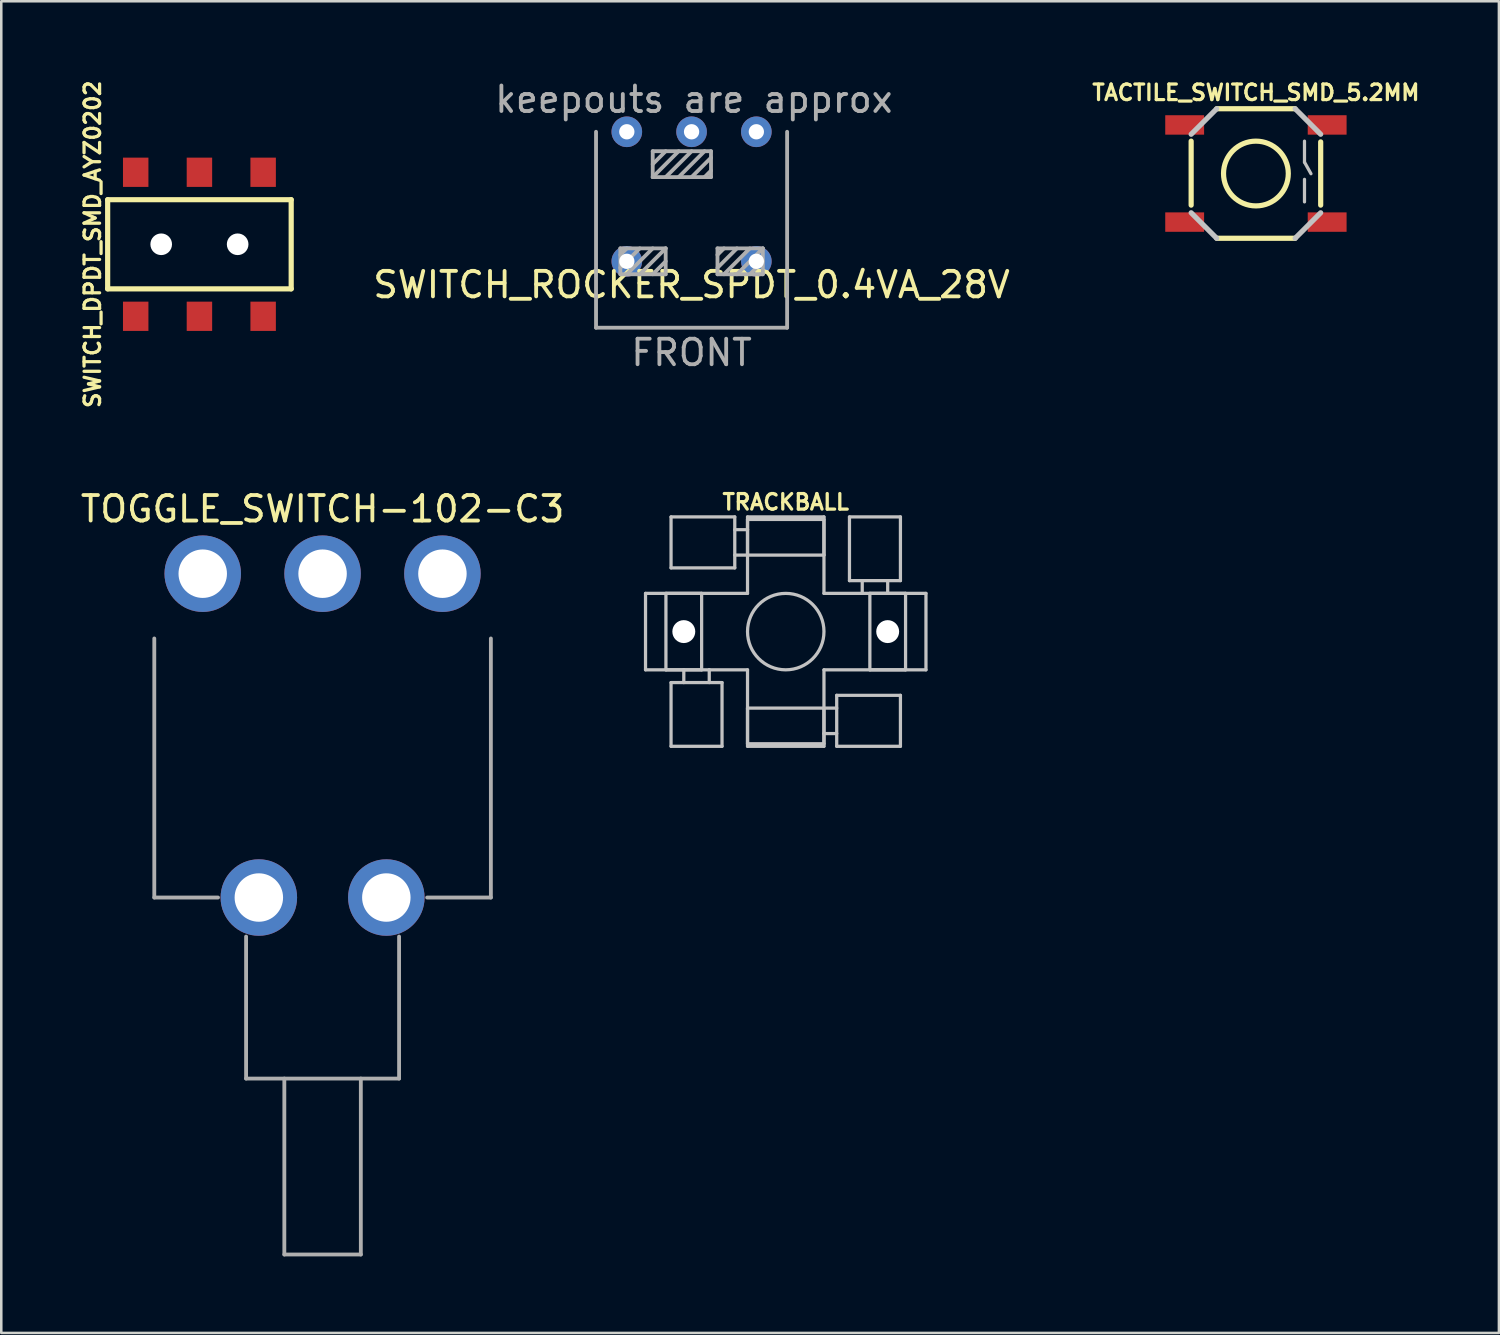
<source format=kicad_pcb>
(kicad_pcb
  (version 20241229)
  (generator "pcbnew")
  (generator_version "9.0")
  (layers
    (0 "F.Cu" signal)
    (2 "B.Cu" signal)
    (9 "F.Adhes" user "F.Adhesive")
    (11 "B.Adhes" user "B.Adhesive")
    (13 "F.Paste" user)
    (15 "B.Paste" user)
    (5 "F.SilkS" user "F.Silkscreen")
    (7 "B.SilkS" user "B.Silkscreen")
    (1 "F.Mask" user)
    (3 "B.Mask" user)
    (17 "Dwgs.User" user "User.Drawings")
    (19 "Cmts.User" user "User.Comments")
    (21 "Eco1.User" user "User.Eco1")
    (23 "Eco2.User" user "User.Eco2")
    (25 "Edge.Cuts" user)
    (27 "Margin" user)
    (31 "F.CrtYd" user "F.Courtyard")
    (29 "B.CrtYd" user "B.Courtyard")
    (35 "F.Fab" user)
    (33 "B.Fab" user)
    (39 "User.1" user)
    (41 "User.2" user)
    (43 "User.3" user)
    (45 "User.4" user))
  (footprint "SWITCH_DPDT_SMD_AYZ0202"
    (layer "F.Cu")
    (at 4.771 6.53)
    (property "Reference" "SWITCH_DPDT_SMD_AYZ0202" (at -4.191 0 90) (layer "F.SilkS") (effects (font (size 0.61 0.61) (thickness 0.127))))
    (attr smd)
    (fp_line (start -3.599 -1.748) (end -3.599 1.748) (stroke (width 0.203) (type solid)) (layer "F.SilkS"))
    (fp_line (start -3.599 1.748) (end 3.599 1.748) (stroke (width 0.203) (type solid)) (layer "F.SilkS"))
    (fp_line (start 3.599 -1.748) (end -3.599 -1.748) (stroke (width 0.203) (type solid)) (layer "F.SilkS"))
    (fp_line (start 3.599 1.748) (end 3.599 -1.748) (stroke (width 0.203) (type solid)) (layer "F.SilkS"))
    (pad "" np_thru_hole circle (at -1.499 0) (size 0.848 0.848) (drill 0.848) (layers "*.Cu" "*.Mask"))
    (pad "" np_thru_hole circle (at 1.499 0) (size 0.848 0.848) (drill 0.848) (layers "*.Cu" "*.Mask"))
    (pad "1" smd rect (at -2.499 -2.824) (size 0.998 1.148) (layers "F.Cu" "F.Mask" "F.Paste"))
    (pad "2" smd rect (at 0 -2.824) (size 0.998 1.148) (layers "F.Cu" "F.Mask" "F.Paste"))
    (pad "3" smd rect (at 2.499 -2.824) (size 0.998 1.148) (layers "F.Cu" "F.Mask" "F.Paste"))
    (pad "4" smd rect (at -2.499 2.824) (size 0.998 1.148) (layers "F.Cu" "F.Mask" "F.Paste"))
    (pad "5" smd rect (at 0 2.824) (size 0.998 1.148) (layers "F.Cu" "F.Mask" "F.Paste"))
    (pad "6" smd rect (at 2.499 2.824) (size 0.998 1.148) (layers "F.Cu" "F.Mask" "F.Paste")))
  (footprint "TACTILE_SWITCH_SMD_5.2MM"
    (layer "F.Cu")
    (at 46.204 3.755)
    (property "Reference" "TACTILE_SWITCH_SMD_5.2MM" (at 0 -3.175 0) (layer "F.SilkS") (effects (font (size 0.61 0.61) (thickness 0.127))))
    (attr smd)
    (fp_line (start -2.54 1.24) (end -2.54 -1.27) (stroke (width 0.203) (type solid)) (layer "F.SilkS"))
    (fp_line (start -1.539 -2.54) (end 1.539 -2.54) (stroke (width 0.203) (type solid)) (layer "F.SilkS"))
    (fp_line (start 1.539 2.54) (end -1.539 2.54) (stroke (width 0.203) (type solid)) (layer "F.SilkS"))
    (fp_line (start 2.54 -1.24) (end 2.54 1.24) (stroke (width 0.203) (type solid)) (layer "F.SilkS"))
    (fp_circle (center 0 0) (end 0 -1.27) (stroke (width 0.203) (type solid)) (fill no) (layer "F.SilkS"))
    (fp_line (start -2.54 -1.539) (end -1.539 -2.54) (stroke (width 0.203) (type solid)) (layer "Dwgs.User"))
    (fp_line (start -1.539 2.54) (end -2.54 1.539) (stroke (width 0.203) (type solid)) (layer "Dwgs.User"))
    (fp_line (start 1.539 -2.54) (end 2.54 -1.539) (stroke (width 0.203) (type solid)) (layer "Dwgs.User"))
    (fp_line (start 1.905 -1.27) (end 1.905 -0.445) (stroke (width 0.127) (type solid)) (layer "Dwgs.User"))
    (fp_line (start 1.905 -0.445) (end 2.159 0.008) (stroke (width 0.127) (type solid)) (layer "Dwgs.User"))
    (fp_line (start 1.905 0.229) (end 1.905 1.113) (stroke (width 0.127) (type solid)) (layer "Dwgs.User"))
    (fp_line (start 2.54 1.539) (end 1.539 2.54) (stroke (width 0.203) (type solid)) (layer "Dwgs.User"))
    (pad "1" smd rect (at -2.794 -1.905 90) (size 0.762 1.524) (layers "F.Cu" "F.Mask" "F.Paste"))
    (pad "2" smd rect (at 2.794 -1.905 90) (size 0.762 1.524) (layers "F.Cu" "F.Mask" "F.Paste"))
    (pad "3" smd rect (at -2.794 1.905 90) (size 0.762 1.524) (layers "F.Cu" "F.Mask" "F.Paste"))
    (pad "4" smd rect (at 2.794 1.905 90) (size 0.762 1.524) (layers "F.Cu" "F.Mask" "F.Paste")))
  (footprint "TRACKBALL"
    (layer "F.Cu")
    (at 27.765 21.72)
    (property "Reference" "TRACKBALL" (at 0 -5.08 0) (layer "F.SilkS") (effects (font (size 0.61 0.61) (thickness 0.127))))
    (attr exclude_from_pos_files exclude_from_bom)
    (fp_line (start -5.499 -1.499) (end -5.499 1.499) (stroke (width 0.127) (type solid)) (layer "Dwgs.User"))
    (fp_line (start -5.499 1.499) (end -3.998 1.499) (stroke (width 0.127) (type solid)) (layer "Dwgs.User"))
    (fp_line (start -4.699 -1.499) (end -3.299 -1.499) (stroke (width 0.127) (type solid)) (layer "Dwgs.User"))
    (fp_line (start -4.699 1.499) (end -4.699 -1.499) (stroke (width 0.127) (type solid)) (layer "Dwgs.User"))
    (fp_line (start -4.498 -4.498) (end -1.999 -4.498) (stroke (width 0.066) (type solid)) (layer "Dwgs.User"))
    (fp_line (start -4.498 -4.498) (end -1.999 -4.498) (stroke (width 0.127) (type solid)) (layer "Dwgs.User"))
    (fp_line (start -4.498 -2.499) (end -4.498 -4.498) (stroke (width 0.066) (type solid)) (layer "Dwgs.User"))
    (fp_line (start -4.498 -2.499) (end -4.498 -4.498) (stroke (width 0.127) (type solid)) (layer "Dwgs.User"))
    (fp_line (start -4.498 -2.499) (end -1.999 -2.499) (stroke (width 0.066) (type solid)) (layer "Dwgs.User"))
    (fp_line (start -4.498 1.999) (end -2.499 1.999) (stroke (width 0.066) (type solid)) (layer "Dwgs.User"))
    (fp_line (start -4.498 1.999) (end -2.499 1.999) (stroke (width 0.127) (type solid)) (layer "Dwgs.User"))
    (fp_line (start -4.498 4.498) (end -4.498 1.999) (stroke (width 0.066) (type solid)) (layer "Dwgs.User"))
    (fp_line (start -4.498 4.498) (end -4.498 1.999) (stroke (width 0.127) (type solid)) (layer "Dwgs.User"))
    (fp_line (start -4.498 4.498) (end -2.499 4.498) (stroke (width 0.066) (type solid)) (layer "Dwgs.User"))
    (fp_line (start -3.998 1.499) (end -3.998 1.999) (stroke (width 0.127) (type solid)) (layer "Dwgs.User"))
    (fp_line (start -3.998 1.499) (end -3 1.499) (stroke (width 0.127) (type solid)) (layer "Dwgs.User"))
    (fp_line (start -3.299 -1.499) (end -3.299 1.499) (stroke (width 0.127) (type solid)) (layer "Dwgs.User"))
    (fp_line (start -3.299 1.499) (end -4.699 1.499) (stroke (width 0.127) (type solid)) (layer "Dwgs.User"))
    (fp_line (start -3 1.499) (end -3 1.999) (stroke (width 0.127) (type solid)) (layer "Dwgs.User"))
    (fp_line (start -3 1.499) (end -1.499 1.499) (stroke (width 0.127) (type solid)) (layer "Dwgs.User"))
    (fp_line (start -2.499 1.999) (end -2.499 4.498) (stroke (width 0.127) (type solid)) (layer "Dwgs.User"))
    (fp_line (start -2.499 4.498) (end -4.498 4.498) (stroke (width 0.127) (type solid)) (layer "Dwgs.User"))
    (fp_line (start -2.499 4.498) (end -2.499 1.999) (stroke (width 0.066) (type solid)) (layer "Dwgs.User"))
    (fp_line (start -1.999 -4.498) (end -1.999 -2.499) (stroke (width 0.127) (type solid)) (layer "Dwgs.User"))
    (fp_line (start -1.999 -3.998) (end -1.499 -3.998) (stroke (width 0.127) (type solid)) (layer "Dwgs.User"))
    (fp_line (start -1.999 -2.499) (end -4.498 -2.499) (stroke (width 0.127) (type solid)) (layer "Dwgs.User"))
    (fp_line (start -1.999 -2.499) (end -1.999 -4.498) (stroke (width 0.066) (type solid)) (layer "Dwgs.User"))
    (fp_line (start -1.499 -4.498) (end 1.499 -4.498) (stroke (width 0.127) (type solid)) (layer "Dwgs.User"))
    (fp_line (start -1.499 -4.399) (end 1.499 -4.399) (stroke (width 0.127) (type solid)) (layer "Dwgs.User"))
    (fp_line (start -1.499 -3.998) (end -1.499 -4.498) (stroke (width 0.127) (type solid)) (layer "Dwgs.User"))
    (fp_line (start -1.499 -3) (end -1.999 -3) (stroke (width 0.127) (type solid)) (layer "Dwgs.User"))
    (fp_line (start -1.499 -3) (end -1.499 -4.399) (stroke (width 0.127) (type solid)) (layer "Dwgs.User"))
    (fp_line (start -1.499 -3) (end -1.499 -3.998) (stroke (width 0.127) (type solid)) (layer "Dwgs.User"))
    (fp_line (start -1.499 -1.499) (end -5.499 -1.499) (stroke (width 0.127) (type solid)) (layer "Dwgs.User"))
    (fp_line (start -1.499 -1.499) (end -1.499 -3) (stroke (width 0.127) (type solid)) (layer "Dwgs.User"))
    (fp_line (start -1.499 1.499) (end -1.499 4.498) (stroke (width 0.127) (type solid)) (layer "Dwgs.User"))
    (fp_line (start -1.499 3) (end 1.499 3) (stroke (width 0.127) (type solid)) (layer "Dwgs.User"))
    (fp_line (start -1.499 4.399) (end -1.499 3) (stroke (width 0.127) (type solid)) (layer "Dwgs.User"))
    (fp_line (start 1.499 -4.399) (end 1.499 -3) (stroke (width 0.127) (type solid)) (layer "Dwgs.User"))
    (fp_line (start 1.499 -3) (end -1.499 -3) (stroke (width 0.127) (type solid)) (layer "Dwgs.User"))
    (fp_line (start 1.499 -1.499) (end 1.499 -4.498) (stroke (width 0.127) (type solid)) (layer "Dwgs.User"))
    (fp_line (start 1.499 1.499) (end 1.499 3) (stroke (width 0.127) (type solid)) (layer "Dwgs.User"))
    (fp_line (start 1.499 3) (end 1.499 3.998) (stroke (width 0.127) (type solid)) (layer "Dwgs.User"))
    (fp_line (start 1.499 3) (end 1.499 4.399) (stroke (width 0.127) (type solid)) (layer "Dwgs.User"))
    (fp_line (start 1.499 3.998) (end 1.499 4.498) (stroke (width 0.127) (type solid)) (layer "Dwgs.User"))
    (fp_line (start 1.499 4.399) (end -1.499 4.399) (stroke (width 0.127) (type solid)) (layer "Dwgs.User"))
    (fp_line (start 1.499 4.498) (end -1.499 4.498) (stroke (width 0.127) (type solid)) (layer "Dwgs.User"))
    (fp_line (start 1.999 2.499) (end 4.498 2.499) (stroke (width 0.066) (type solid)) (layer "Dwgs.User"))
    (fp_line (start 1.999 2.499) (end 4.498 2.499) (stroke (width 0.127) (type solid)) (layer "Dwgs.User"))
    (fp_line (start 1.999 3) (end 1.499 3) (stroke (width 0.127) (type solid)) (layer "Dwgs.User"))
    (fp_line (start 1.999 3.998) (end 1.499 3.998) (stroke (width 0.127) (type solid)) (layer "Dwgs.User"))
    (fp_line (start 1.999 4.498) (end 1.999 2.499) (stroke (width 0.066) (type solid)) (layer "Dwgs.User"))
    (fp_line (start 1.999 4.498) (end 1.999 2.499) (stroke (width 0.127) (type solid)) (layer "Dwgs.User"))
    (fp_line (start 1.999 4.498) (end 4.498 4.498) (stroke (width 0.066) (type solid)) (layer "Dwgs.User"))
    (fp_line (start 2.499 -4.498) (end 4.498 -4.498) (stroke (width 0.066) (type solid)) (layer "Dwgs.User"))
    (fp_line (start 2.499 -4.498) (end 4.498 -4.498) (stroke (width 0.127) (type solid)) (layer "Dwgs.User"))
    (fp_line (start 2.499 -1.999) (end 2.499 -4.498) (stroke (width 0.066) (type solid)) (layer "Dwgs.User"))
    (fp_line (start 2.499 -1.999) (end 2.499 -4.498) (stroke (width 0.127) (type solid)) (layer "Dwgs.User"))
    (fp_line (start 2.499 -1.999) (end 4.498 -1.999) (stroke (width 0.066) (type solid)) (layer "Dwgs.User"))
    (fp_line (start 3 -1.999) (end 3 -1.499) (stroke (width 0.127) (type solid)) (layer "Dwgs.User"))
    (fp_line (start 3 -1.499) (end 1.499 -1.499) (stroke (width 0.127) (type solid)) (layer "Dwgs.User"))
    (fp_line (start 3.299 -1.499) (end 4.699 -1.499) (stroke (width 0.127) (type solid)) (layer "Dwgs.User"))
    (fp_line (start 3.299 1.499) (end 3.299 -1.499) (stroke (width 0.127) (type solid)) (layer "Dwgs.User"))
    (fp_line (start 3.998 -1.999) (end 3.998 -1.499) (stroke (width 0.127) (type solid)) (layer "Dwgs.User"))
    (fp_line (start 3.998 -1.499) (end 3 -1.499) (stroke (width 0.127) (type solid)) (layer "Dwgs.User"))
    (fp_line (start 4.498 -4.498) (end 4.498 -1.999) (stroke (width 0.127) (type solid)) (layer "Dwgs.User"))
    (fp_line (start 4.498 -1.999) (end 2.499 -1.999) (stroke (width 0.127) (type solid)) (layer "Dwgs.User"))
    (fp_line (start 4.498 -1.999) (end 4.498 -4.498) (stroke (width 0.066) (type solid)) (layer "Dwgs.User"))
    (fp_line (start 4.498 2.499) (end 4.498 4.498) (stroke (width 0.127) (type solid)) (layer "Dwgs.User"))
    (fp_line (start 4.498 4.498) (end 1.999 4.498) (stroke (width 0.127) (type solid)) (layer "Dwgs.User"))
    (fp_line (start 4.498 4.498) (end 4.498 2.499) (stroke (width 0.066) (type solid)) (layer "Dwgs.User"))
    (fp_line (start 4.699 -1.499) (end 4.699 1.499) (stroke (width 0.127) (type solid)) (layer "Dwgs.User"))
    (fp_line (start 4.699 1.499) (end 3.299 1.499) (stroke (width 0.127) (type solid)) (layer "Dwgs.User"))
    (fp_line (start 5.499 -1.499) (end 3.998 -1.499) (stroke (width 0.127) (type solid)) (layer "Dwgs.User"))
    (fp_line (start 5.499 -1.499) (end 5.499 1.499) (stroke (width 0.127) (type solid)) (layer "Dwgs.User"))
    (fp_line (start 5.499 1.499) (end 1.499 1.499) (stroke (width 0.127) (type solid)) (layer "Dwgs.User"))
    (fp_circle (center 0 0) (end 0 -1.499) (stroke (width 0.127) (type solid)) (fill no) (layer "Dwgs.User"))
    (fp_line (start -4.699 -1.499) (end -3.299 -1.499) (stroke (width 0.066) (type solid)) (layer "F.CrtYd"))
    (fp_line (start -4.699 1.499) (end -4.699 -1.499) (stroke (width 0.066) (type solid)) (layer "F.CrtYd"))
    (fp_line (start -4.699 1.499) (end -3.299 1.499) (stroke (width 0.066) (type solid)) (layer "F.CrtYd"))
    (fp_line (start -3.299 1.499) (end -3.299 -1.499) (stroke (width 0.066) (type solid)) (layer "F.CrtYd"))
    (fp_line (start -1.499 -4.399) (end 1.499 -4.399) (stroke (width 0.066) (type solid)) (layer "F.CrtYd"))
    (fp_line (start -1.499 -3) (end -1.499 -4.399) (stroke (width 0.066) (type solid)) (layer "F.CrtYd"))
    (fp_line (start -1.499 -3) (end 1.499 -3) (stroke (width 0.066) (type solid)) (layer "F.CrtYd"))
    (fp_line (start -1.499 3) (end 1.499 3) (stroke (width 0.066) (type solid)) (layer "F.CrtYd"))
    (fp_line (start -1.499 4.399) (end -1.499 3) (stroke (width 0.066) (type solid)) (layer "F.CrtYd"))
    (fp_line (start -1.499 4.399) (end 1.499 4.399) (stroke (width 0.066) (type solid)) (layer "F.CrtYd"))
    (fp_line (start 1.499 -3) (end 1.499 -4.399) (stroke (width 0.066) (type solid)) (layer "F.CrtYd"))
    (fp_line (start 1.499 4.399) (end 1.499 3) (stroke (width 0.066) (type solid)) (layer "F.CrtYd"))
    (fp_line (start 3.299 -1.499) (end 4.699 -1.499) (stroke (width 0.066) (type solid)) (layer "F.CrtYd"))
    (fp_line (start 3.299 1.499) (end 3.299 -1.499) (stroke (width 0.066) (type solid)) (layer "F.CrtYd"))
    (fp_line (start 3.299 1.499) (end 4.699 1.499) (stroke (width 0.066) (type solid)) (layer "F.CrtYd"))
    (fp_line (start 4.699 1.499) (end 4.699 -1.499) (stroke (width 0.066) (type solid)) (layer "F.CrtYd"))
    (pad "" np_thru_hole circle (at -3.998 0) (size 0.899 0.899) (drill 0.899) (layers "*.Cu" "*.Mask"))
    (pad "" np_thru_hole circle (at 3.998 0) (size 0.899 0.899) (drill 0.899) (layers "*.Cu" "*.Mask")))
  (footprint "SWITCH_ROCKER_SPDT_0.4VA_28V"
    (layer "F.Cu")
    (at 24.072 2.118)
    (property "Reference" "SWITCH_ROCKER_SPDT_0.4VA_28V" (at 0 6 0) (layer "F.SilkS") (effects (font (size 1 1) (thickness 0.15))))
    (attr through_hole)
    (fp_line (start -3.747 0) (end -3.747 7.684) (stroke (width 0.15) (type solid)) (layer "F.Fab"))
    (fp_line (start -2.794 4.572) (end -2.794 5.588) (stroke (width 0.15) (type solid)) (layer "F.Fab"))
    (fp_line (start -2.794 4.826) (end -2.54 4.572) (stroke (width 0.15) (type solid)) (layer "F.Fab"))
    (fp_line (start -2.794 5.334) (end -2.032 4.572) (stroke (width 0.15) (type solid)) (layer "F.Fab"))
    (fp_line (start -2.794 5.588) (end -1.016 5.588) (stroke (width 0.15) (type solid)) (layer "F.Fab"))
    (fp_line (start -2.54 5.588) (end -1.524 4.572) (stroke (width 0.15) (type solid)) (layer "F.Fab"))
    (fp_line (start -2.032 5.588) (end -1.016 4.572) (stroke (width 0.15) (type solid)) (layer "F.Fab"))
    (fp_line (start -1.524 0.762) (end 0.762 0.762) (stroke (width 0.15) (type solid)) (layer "F.Fab"))
    (fp_line (start -1.524 1.27) (end -1.016 0.762) (stroke (width 0.15) (type solid)) (layer "F.Fab"))
    (fp_line (start -1.524 1.778) (end -1.524 0.762) (stroke (width 0.15) (type solid)) (layer "F.Fab"))
    (fp_line (start -1.524 1.778) (end -0.508 0.762) (stroke (width 0.15) (type solid)) (layer "F.Fab"))
    (fp_line (start -1.524 5.588) (end -1.016 5.08) (stroke (width 0.15) (type solid)) (layer "F.Fab"))
    (fp_line (start -1.016 1.778) (end 0 0.762) (stroke (width 0.15) (type solid)) (layer "F.Fab"))
    (fp_line (start -1.016 4.572) (end -2.794 4.572) (stroke (width 0.15) (type solid)) (layer "F.Fab"))
    (fp_line (start -1.016 5.588) (end -1.016 4.572) (stroke (width 0.15) (type solid)) (layer "F.Fab"))
    (fp_line (start -0.508 1.778) (end 0.508 0.762) (stroke (width 0.15) (type solid)) (layer "F.Fab"))
    (fp_line (start 0 1.778) (end 0.762 1.016) (stroke (width 0.15) (type solid)) (layer "F.Fab"))
    (fp_line (start 0.508 1.778) (end 0.762 1.524) (stroke (width 0.15) (type solid)) (layer "F.Fab"))
    (fp_line (start 0.762 0.762) (end 0.762 1.778) (stroke (width 0.15) (type solid)) (layer "F.Fab"))
    (fp_line (start 0.762 1.778) (end -1.524 1.778) (stroke (width 0.15) (type solid)) (layer "F.Fab"))
    (fp_line (start 1.016 4.572) (end 1.016 5.588) (stroke (width 0.15) (type solid)) (layer "F.Fab"))
    (fp_line (start 1.016 4.826) (end 1.27 4.572) (stroke (width 0.15) (type solid)) (layer "F.Fab"))
    (fp_line (start 1.016 5.334) (end 1.778 4.572) (stroke (width 0.15) (type solid)) (layer "F.Fab"))
    (fp_line (start 1.016 5.588) (end 2.794 5.588) (stroke (width 0.15) (type solid)) (layer "F.Fab"))
    (fp_line (start 1.27 5.588) (end 2.286 4.572) (stroke (width 0.15) (type solid)) (layer "F.Fab"))
    (fp_line (start 1.778 5.588) (end 2.794 4.572) (stroke (width 0.15) (type solid)) (layer "F.Fab"))
    (fp_line (start 2.286 5.588) (end 2.794 5.08) (stroke (width 0.15) (type solid)) (layer "F.Fab"))
    (fp_line (start 2.794 4.572) (end 1.016 4.572) (stroke (width 0.15) (type solid)) (layer "F.Fab"))
    (fp_line (start 2.794 5.588) (end 2.794 4.572) (stroke (width 0.15) (type solid)) (layer "F.Fab"))
    (fp_line (start 3.747 0) (end 3.747 7.684) (stroke (width 0.15) (type solid)) (layer "F.Fab"))
    (fp_line (start 3.747 7.684) (end -3.747 7.684) (stroke (width 0.15) (type solid)) (layer "F.Fab"))
    (fp_text user "keepouts are approx" (at 0.089 -1.27 0) (layer "F.Fab") (effects (font (size 1 1) (thickness 0.15))))
    (fp_text user "FRONT" (at 0 8.661 0) (layer "F.Fab") (effects (font (size 1 1) (thickness 0.15))))
    (pad "1" thru_hole circle (at 0 0) (size 1.2 1.2) (drill 0.6) (layers "*.Cu" "*.Mask"))
    (pad "2" thru_hole circle (at 2.54 0) (size 1.2 1.2) (drill 0.6) (layers "*.Cu" "*.Mask"))
    (pad "3" thru_hole circle (at -2.54 0) (size 1.2 1.2) (drill 0.6) (layers "*.Cu" "*.Mask"))
    (pad "4" thru_hole circle (at -2.54 5.08) (size 1.2 1.2) (drill 0.6) (layers "*.Cu" "*.Mask"))
    (pad "5" thru_hole circle (at 2.54 5.08) (size 1.2 1.2) (drill 0.6) (layers "*.Cu" "*.Mask")))
  (footprint "TOGGLE_SWITCH-102-C3"
    (layer "F.Cu")
    (at 9.601 18.179)
    (property "Reference" "TOGGLE_SWITCH-102-C3" (at 0 -1.27 0) (layer "F.SilkS") (effects (font (size 1 1) (thickness 0.15))))
    (attr through_hole)
    (fp_line (start -6.6 3.81) (end -6.6 13.97) (stroke (width 0.15) (type solid)) (layer "F.Fab"))
    (fp_line (start -4.1 13.97) (end -6.6 13.97) (stroke (width 0.15) (type solid)) (layer "F.Fab"))
    (fp_line (start -3 15.5) (end -3 21.07) (stroke (width 0.15) (type solid)) (layer "F.Fab"))
    (fp_line (start -3 21.07) (end 3 21.07) (stroke (width 0.15) (type solid)) (layer "F.Fab"))
    (fp_line (start -1.5 21.07) (end -1.5 27.97) (stroke (width 0.15) (type solid)) (layer "F.Fab"))
    (fp_line (start -1.5 27.97) (end 1.5 27.97) (stroke (width 0.15) (type solid)) (layer "F.Fab"))
    (fp_line (start 1.5 21.07) (end 1.5 27.97) (stroke (width 0.15) (type solid)) (layer "F.Fab"))
    (fp_line (start 3 21.07) (end 3 15.5) (stroke (width 0.15) (type solid)) (layer "F.Fab"))
    (fp_line (start 4.1 13.97) (end 6.6 13.97) (stroke (width 0.15) (type solid)) (layer "F.Fab"))
    (fp_line (start 6.6 13.97) (end 6.6 3.81) (stroke (width 0.15) (type solid)) (layer "F.Fab"))
    (pad "1" thru_hole circle (at -4.7 1.27) (size 3 3) (drill 1.9) (layers "*.Cu" "*.Mask"))
    (pad "2" thru_hole circle (at 0 1.27) (size 3 3) (drill 1.9) (layers "*.Cu" "*.Mask"))
    (pad "3" thru_hole circle (at 4.7 1.27) (size 3 3) (drill 1.9) (layers "*.Cu" "*.Mask"))
    (pad "4" thru_hole circle (at -2.5 13.97) (size 3 3) (drill 1.9) (layers "*.Cu" "*.Mask"))
    (pad "5" thru_hole circle (at 2.5 13.97) (size 3 3) (drill 1.9) (layers "*.Cu" "*.Mask")))
  (gr_rect
    (start -3 -3)
    (end 55.734 49.224)
    (stroke (width 0.1) (type default))
    (fill no)
    (layer "Edge.Cuts")))
</source>
